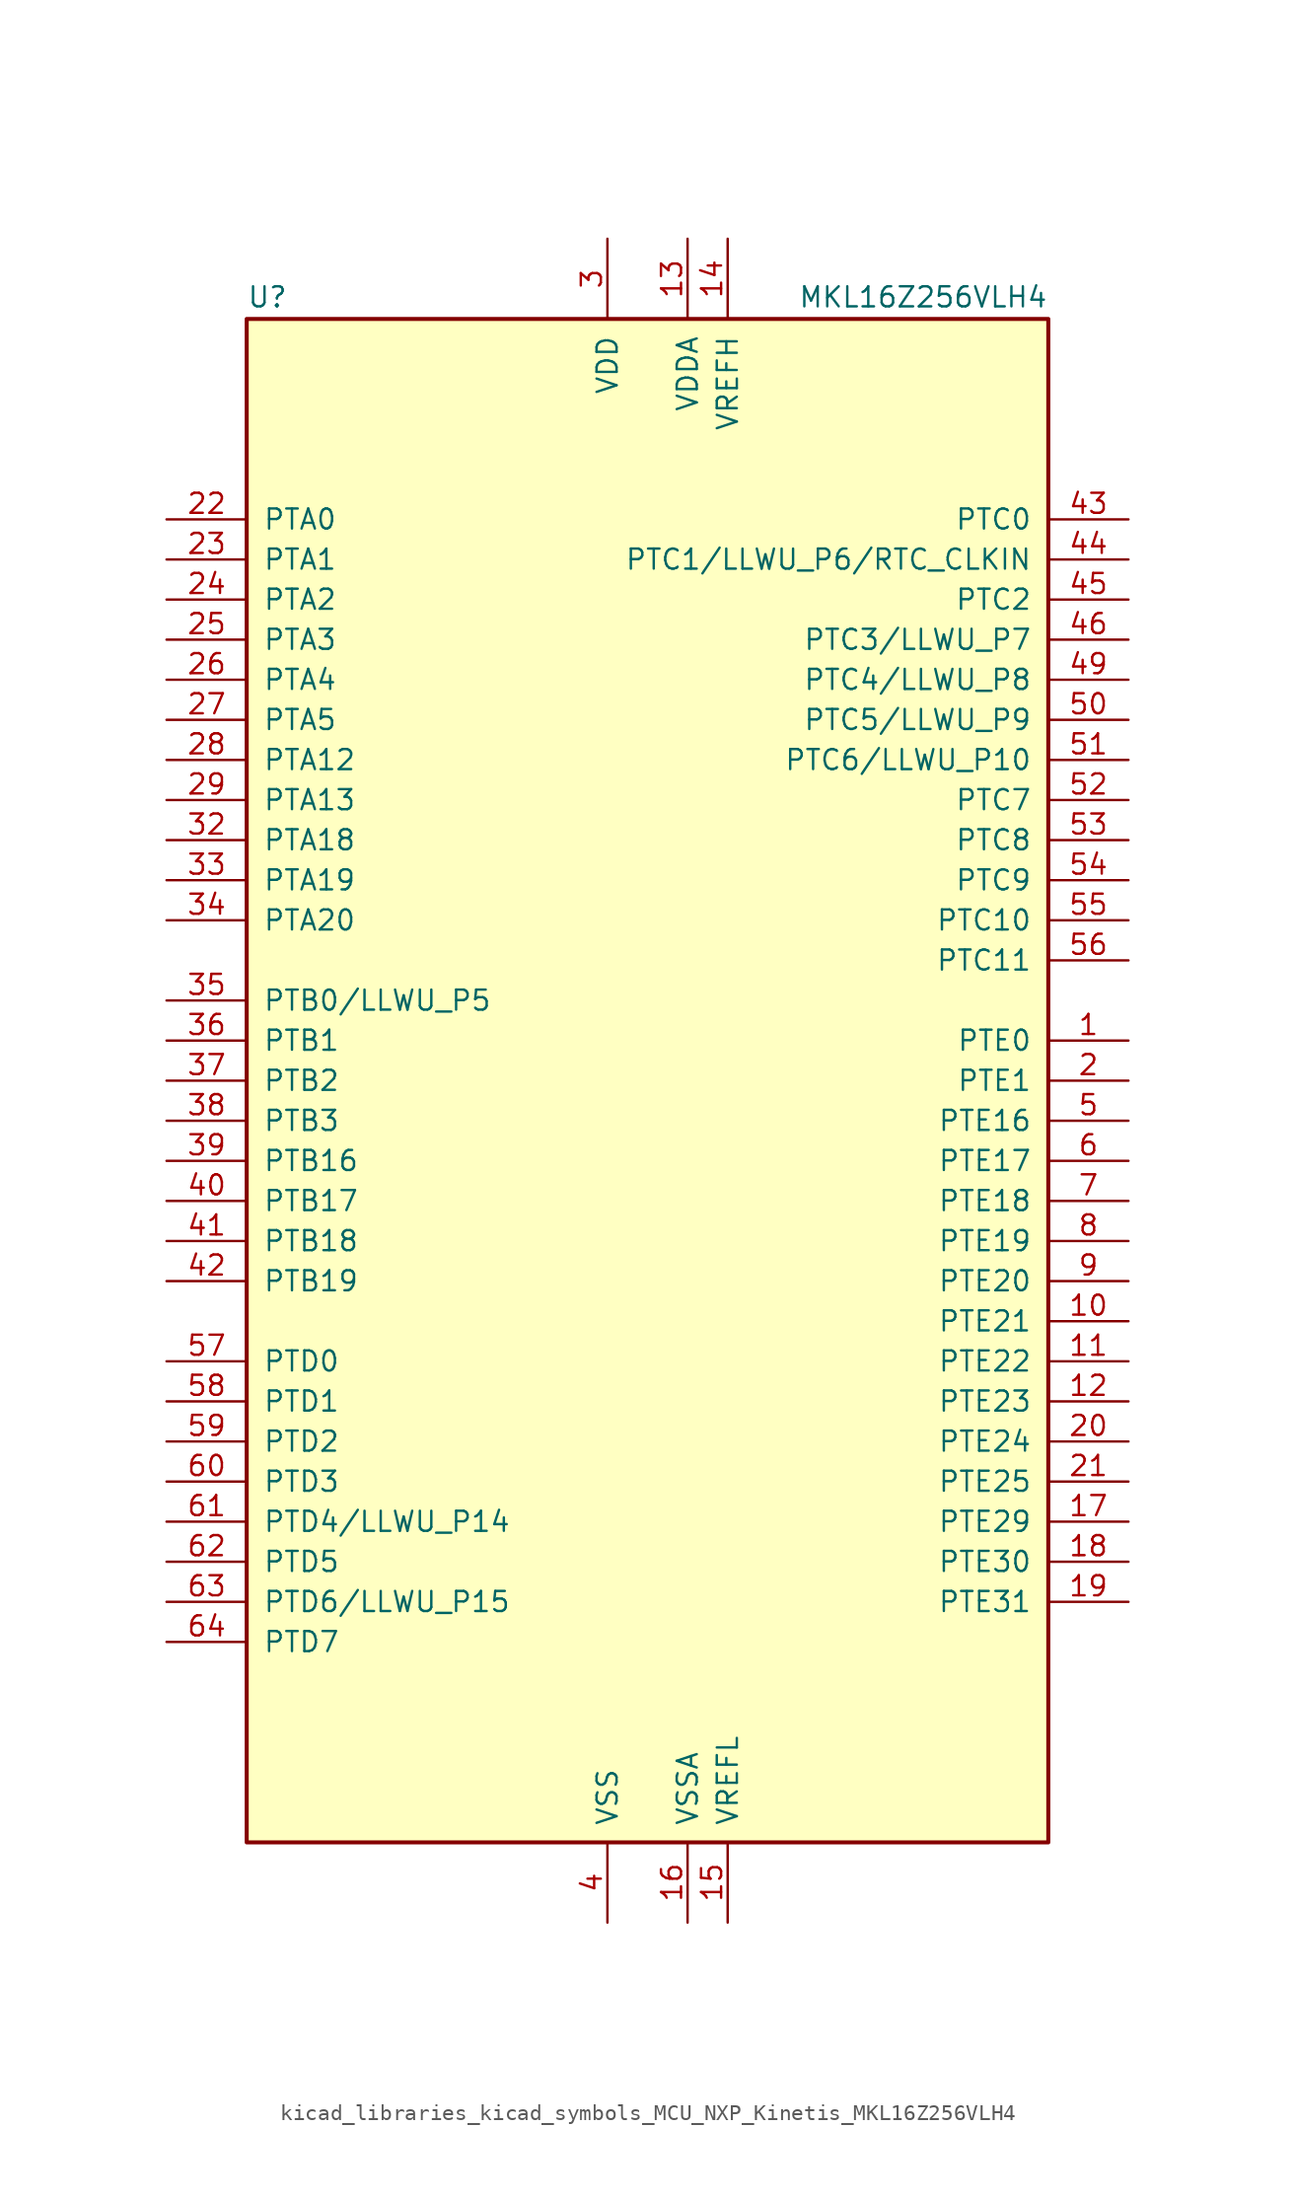
<source format=kicad_sym>
(kicad_symbol_lib
  (version 20220914)
  (generator kicad_symbol_editor)
  (symbol "kicad_libraries_kicad_symbols_MCU_NXP_Kinetis_MKL16Z256VLH4"
    (pin_names
      (offset 1.016))
    (property "Reference" "U"
      (at -25.4 48.895 0)
      (effects (font (size 1.27 1.27)) (justify left bottom)))
    (property "Value" "MKL16Z256VLH4"
      (at 25.4 48.895 0)
      (effects (font (size 1.27 1.27)) (justify right bottom)))
    (symbol "kicad_libraries_kicad_symbols_MCU_NXP_Kinetis_MKL16Z256VLH4_0_1"
      (rectangle (start -25.4 48.26) (end 25.4 -48.26) (stroke (width 0.254) (type default)) (fill (type background))))
    (symbol "kicad_libraries_kicad_symbols_MCU_NXP_Kinetis_MKL16Z256VLH4_1_1"
      (pin bidirectional line (at 30.48 2.54 180) (length 5.08) (name "PTE0" (effects (font (size 1.27 1.27)))) (number "1" (effects (font (size 1.27 1.27)))))
      (pin bidirectional line (at 30.48 -15.24 180) (length 5.08) (name "PTE21" (effects (font (size 1.27 1.27)))) (number "10" (effects (font (size 1.27 1.27)))))
      (pin bidirectional line (at 30.48 -17.78 180) (length 5.08) (name "PTE22" (effects (font (size 1.27 1.27)))) (number "11" (effects (font (size 1.27 1.27)))))
      (pin bidirectional line (at 30.48 -20.32 180) (length 5.08) (name "PTE23" (effects (font (size 1.27 1.27)))) (number "12" (effects (font (size 1.27 1.27)))))
      (pin power_in line (at 2.54 53.34 270) (length 5.08) (name "VDDA" (effects (font (size 1.27 1.27)))) (number "13" (effects (font (size 1.27 1.27)))))
      (pin power_in line (at 5.08 53.34 270) (length 5.08) (name "VREFH" (effects (font (size 1.27 1.27)))) (number "14" (effects (font (size 1.27 1.27)))))
      (pin power_in line (at 5.08 -53.34 90) (length 5.08) (name "VREFL" (effects (font (size 1.27 1.27)))) (number "15" (effects (font (size 1.27 1.27)))))
      (pin power_in line (at 2.54 -53.34 90) (length 5.08) (name "VSSA" (effects (font (size 1.27 1.27)))) (number "16" (effects (font (size 1.27 1.27)))))
      (pin bidirectional line (at 30.48 -27.94 180) (length 5.08) (name "PTE29" (effects (font (size 1.27 1.27)))) (number "17" (effects (font (size 1.27 1.27)))))
      (pin bidirectional line (at 30.48 -30.48 180) (length 5.08) (name "PTE30" (effects (font (size 1.27 1.27)))) (number "18" (effects (font (size 1.27 1.27)))))
      (pin bidirectional line (at 30.48 -33.02 180) (length 5.08) (name "PTE31" (effects (font (size 1.27 1.27)))) (number "19" (effects (font (size 1.27 1.27)))))
      (pin bidirectional line (at 30.48 0 180) (length 5.08) (name "PTE1" (effects (font (size 1.27 1.27)))) (number "2" (effects (font (size 1.27 1.27)))))
      (pin bidirectional line (at 30.48 -22.86 180) (length 5.08) (name "PTE24" (effects (font (size 1.27 1.27)))) (number "20" (effects (font (size 1.27 1.27)))))
      (pin bidirectional line (at 30.48 -25.4 180) (length 5.08) (name "PTE25" (effects (font (size 1.27 1.27)))) (number "21" (effects (font (size 1.27 1.27)))))
      (pin bidirectional line (at -30.48 35.56 0) (length 5.08) (name "PTA0" (effects (font (size 1.27 1.27)))) (number "22" (effects (font (size 1.27 1.27)))))
      (pin bidirectional line (at -30.48 33.02 0) (length 5.08) (name "PTA1" (effects (font (size 1.27 1.27)))) (number "23" (effects (font (size 1.27 1.27)))))
      (pin bidirectional line (at -30.48 30.48 0) (length 5.08) (name "PTA2" (effects (font (size 1.27 1.27)))) (number "24" (effects (font (size 1.27 1.27)))))
      (pin bidirectional line (at -30.48 27.94 0) (length 5.08) (name "PTA3" (effects (font (size 1.27 1.27)))) (number "25" (effects (font (size 1.27 1.27)))))
      (pin bidirectional line (at -30.48 25.4 0) (length 5.08) (name "PTA4" (effects (font (size 1.27 1.27)))) (number "26" (effects (font (size 1.27 1.27)))))
      (pin bidirectional line (at -30.48 22.86 0) (length 5.08) (name "PTA5" (effects (font (size 1.27 1.27)))) (number "27" (effects (font (size 1.27 1.27)))))
      (pin bidirectional line (at -30.48 20.32 0) (length 5.08) (name "PTA12" (effects (font (size 1.27 1.27)))) (number "28" (effects (font (size 1.27 1.27)))))
      (pin bidirectional line (at -30.48 17.78 0) (length 5.08) (name "PTA13" (effects (font (size 1.27 1.27)))) (number "29" (effects (font (size 1.27 1.27)))))
      (pin power_in line (at -2.54 53.34 270) (length 5.08) (name "VDD" (effects (font (size 1.27 1.27)))) (number "3" (effects (font (size 1.27 1.27)))))
      (pin passive line (at -2.54 53.34 270) (length 5.08) hide (name "VDD" (effects (font (size 1.27 1.27)))) (number "30" (effects (font (size 1.27 1.27)))))
      (pin passive line (at -2.54 -53.34 90) (length 5.08) hide (name "VSS" (effects (font (size 1.27 1.27)))) (number "31" (effects (font (size 1.27 1.27)))))
      (pin bidirectional line (at -30.48 15.24 0) (length 5.08) (name "PTA18" (effects (font (size 1.27 1.27)))) (number "32" (effects (font (size 1.27 1.27)))))
      (pin bidirectional line (at -30.48 12.7 0) (length 5.08) (name "PTA19" (effects (font (size 1.27 1.27)))) (number "33" (effects (font (size 1.27 1.27)))))
      (pin bidirectional line (at -30.48 10.16 0) (length 5.08) (name "PTA20" (effects (font (size 1.27 1.27)))) (number "34" (effects (font (size 1.27 1.27)))))
      (pin bidirectional line (at -30.48 5.08 0) (length 5.08) (name "PTB0/LLWU_P5" (effects (font (size 1.27 1.27)))) (number "35" (effects (font (size 1.27 1.27)))))
      (pin bidirectional line (at -30.48 2.54 0) (length 5.08) (name "PTB1" (effects (font (size 1.27 1.27)))) (number "36" (effects (font (size 1.27 1.27)))))
      (pin bidirectional line (at -30.48 0 0) (length 5.08) (name "PTB2" (effects (font (size 1.27 1.27)))) (number "37" (effects (font (size 1.27 1.27)))))
      (pin bidirectional line (at -30.48 -2.54 0) (length 5.08) (name "PTB3" (effects (font (size 1.27 1.27)))) (number "38" (effects (font (size 1.27 1.27)))))
      (pin bidirectional line (at -30.48 -5.08 0) (length 5.08) (name "PTB16" (effects (font (size 1.27 1.27)))) (number "39" (effects (font (size 1.27 1.27)))))
      (pin power_in line (at -2.54 -53.34 90) (length 5.08) (name "VSS" (effects (font (size 1.27 1.27)))) (number "4" (effects (font (size 1.27 1.27)))))
      (pin bidirectional line (at -30.48 -7.62 0) (length 5.08) (name "PTB17" (effects (font (size 1.27 1.27)))) (number "40" (effects (font (size 1.27 1.27)))))
      (pin bidirectional line (at -30.48 -10.16 0) (length 5.08) (name "PTB18" (effects (font (size 1.27 1.27)))) (number "41" (effects (font (size 1.27 1.27)))))
      (pin bidirectional line (at -30.48 -12.7 0) (length 5.08) (name "PTB19" (effects (font (size 1.27 1.27)))) (number "42" (effects (font (size 1.27 1.27)))))
      (pin bidirectional line (at 30.48 35.56 180) (length 5.08) (name "PTC0" (effects (font (size 1.27 1.27)))) (number "43" (effects (font (size 1.27 1.27)))))
      (pin bidirectional line (at 30.48 33.02 180) (length 5.08) (name "PTC1/LLWU_P6/RTC_CLKIN" (effects (font (size 1.27 1.27)))) (number "44" (effects (font (size 1.27 1.27)))))
      (pin bidirectional line (at 30.48 30.48 180) (length 5.08) (name "PTC2" (effects (font (size 1.27 1.27)))) (number "45" (effects (font (size 1.27 1.27)))))
      (pin bidirectional line (at 30.48 27.94 180) (length 5.08) (name "PTC3/LLWU_P7" (effects (font (size 1.27 1.27)))) (number "46" (effects (font (size 1.27 1.27)))))
      (pin passive line (at -2.54 -53.34 90) (length 5.08) hide (name "VSS" (effects (font (size 1.27 1.27)))) (number "47" (effects (font (size 1.27 1.27)))))
      (pin passive line (at -2.54 53.34 270) (length 5.08) hide (name "VDD" (effects (font (size 1.27 1.27)))) (number "48" (effects (font (size 1.27 1.27)))))
      (pin bidirectional line (at 30.48 25.4 180) (length 5.08) (name "PTC4/LLWU_P8" (effects (font (size 1.27 1.27)))) (number "49" (effects (font (size 1.27 1.27)))))
      (pin bidirectional line (at 30.48 -2.54 180) (length 5.08) (name "PTE16" (effects (font (size 1.27 1.27)))) (number "5" (effects (font (size 1.27 1.27)))))
      (pin bidirectional line (at 30.48 22.86 180) (length 5.08) (name "PTC5/LLWU_P9" (effects (font (size 1.27 1.27)))) (number "50" (effects (font (size 1.27 1.27)))))
      (pin bidirectional line (at 30.48 20.32 180) (length 5.08) (name "PTC6/LLWU_P10" (effects (font (size 1.27 1.27)))) (number "51" (effects (font (size 1.27 1.27)))))
      (pin bidirectional line (at 30.48 17.78 180) (length 5.08) (name "PTC7" (effects (font (size 1.27 1.27)))) (number "52" (effects (font (size 1.27 1.27)))))
      (pin bidirectional line (at 30.48 15.24 180) (length 5.08) (name "PTC8" (effects (font (size 1.27 1.27)))) (number "53" (effects (font (size 1.27 1.27)))))
      (pin bidirectional line (at 30.48 12.7 180) (length 5.08) (name "PTC9" (effects (font (size 1.27 1.27)))) (number "54" (effects (font (size 1.27 1.27)))))
      (pin bidirectional line (at 30.48 10.16 180) (length 5.08) (name "PTC10" (effects (font (size 1.27 1.27)))) (number "55" (effects (font (size 1.27 1.27)))))
      (pin bidirectional line (at 30.48 7.62 180) (length 5.08) (name "PTC11" (effects (font (size 1.27 1.27)))) (number "56" (effects (font (size 1.27 1.27)))))
      (pin bidirectional line (at -30.48 -17.78 0) (length 5.08) (name "PTD0" (effects (font (size 1.27 1.27)))) (number "57" (effects (font (size 1.27 1.27)))))
      (pin bidirectional line (at -30.48 -20.32 0) (length 5.08) (name "PTD1" (effects (font (size 1.27 1.27)))) (number "58" (effects (font (size 1.27 1.27)))))
      (pin bidirectional line (at -30.48 -22.86 0) (length 5.08) (name "PTD2" (effects (font (size 1.27 1.27)))) (number "59" (effects (font (size 1.27 1.27)))))
      (pin bidirectional line (at 30.48 -5.08 180) (length 5.08) (name "PTE17" (effects (font (size 1.27 1.27)))) (number "6" (effects (font (size 1.27 1.27)))))
      (pin bidirectional line (at -30.48 -25.4 0) (length 5.08) (name "PTD3" (effects (font (size 1.27 1.27)))) (number "60" (effects (font (size 1.27 1.27)))))
      (pin bidirectional line (at -30.48 -27.94 0) (length 5.08) (name "PTD4/LLWU_P14" (effects (font (size 1.27 1.27)))) (number "61" (effects (font (size 1.27 1.27)))))
      (pin bidirectional line (at -30.48 -30.48 0) (length 5.08) (name "PTD5" (effects (font (size 1.27 1.27)))) (number "62" (effects (font (size 1.27 1.27)))))
      (pin bidirectional line (at -30.48 -33.02 0) (length 5.08) (name "PTD6/LLWU_P15" (effects (font (size 1.27 1.27)))) (number "63" (effects (font (size 1.27 1.27)))))
      (pin bidirectional line (at -30.48 -35.56 0) (length 5.08) (name "PTD7" (effects (font (size 1.27 1.27)))) (number "64" (effects (font (size 1.27 1.27)))))
      (pin bidirectional line (at 30.48 -7.62 180) (length 5.08) (name "PTE18" (effects (font (size 1.27 1.27)))) (number "7" (effects (font (size 1.27 1.27)))))
      (pin bidirectional line (at 30.48 -10.16 180) (length 5.08) (name "PTE19" (effects (font (size 1.27 1.27)))) (number "8" (effects (font (size 1.27 1.27)))))
      (pin bidirectional line (at 30.48 -12.7 180) (length 5.08) (name "PTE20" (effects (font (size 1.27 1.27)))) (number "9" (effects (font (size 1.27 1.27))))))))
</source>
